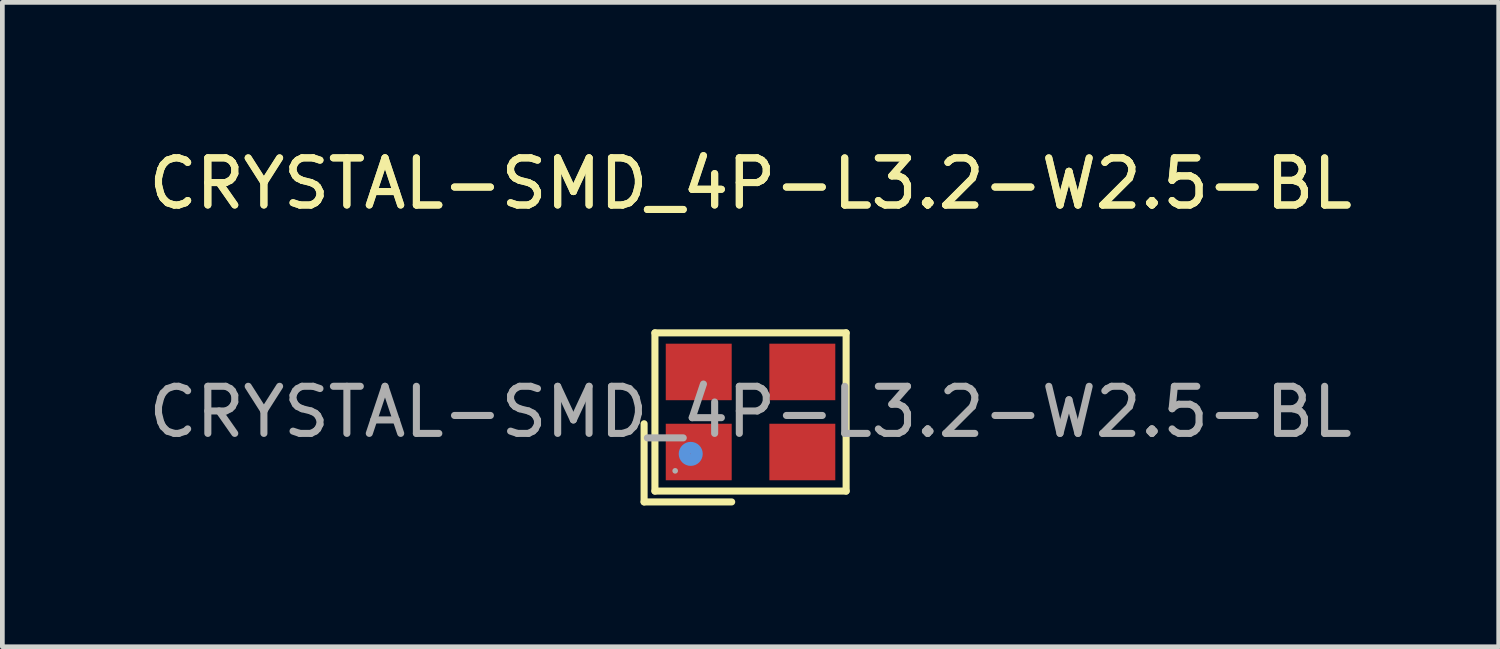
<source format=kicad_pcb>
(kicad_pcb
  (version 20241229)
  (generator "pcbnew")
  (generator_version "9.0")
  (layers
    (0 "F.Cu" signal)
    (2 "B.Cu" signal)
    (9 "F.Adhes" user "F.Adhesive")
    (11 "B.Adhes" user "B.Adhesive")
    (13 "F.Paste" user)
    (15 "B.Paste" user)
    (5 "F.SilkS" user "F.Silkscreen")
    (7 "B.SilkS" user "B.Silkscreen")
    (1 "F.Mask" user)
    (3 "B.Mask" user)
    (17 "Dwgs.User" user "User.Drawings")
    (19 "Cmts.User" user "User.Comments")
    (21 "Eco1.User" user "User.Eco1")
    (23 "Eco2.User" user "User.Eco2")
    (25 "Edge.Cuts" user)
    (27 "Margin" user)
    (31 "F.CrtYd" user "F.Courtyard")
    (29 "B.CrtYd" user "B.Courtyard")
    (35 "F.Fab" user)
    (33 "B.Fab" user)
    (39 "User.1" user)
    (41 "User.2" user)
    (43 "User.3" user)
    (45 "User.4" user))
  (footprint "CRYSTAL-SMD_4P-L3.2-W2.5-BL"
    (layer "F.Cu")
    (at 12.887 5.698)
    (property "Reference" "CRYSTAL-SMD_4P-L3.2-W2.5-BL" (at 0 -4.85 0) (layer "F.SilkS") (effects (font (size 1 1) (thickness 0.15))))
    (attr smd)
    (fp_line (start -2.26 0.25) (end -2.26 1.91) (stroke (width 0.15) (type solid)) (layer "F.SilkS"))
    (fp_line (start -2.26 1.91) (end -0.4 1.91) (stroke (width 0.15) (type solid)) (layer "F.SilkS"))
    (fp_line (start -2.03 -1.68) (end 2.03 -1.68) (stroke (width 0.15) (type solid)) (layer "F.SilkS"))
    (fp_line (start -2.03 1.68) (end -2.03 -1.68) (stroke (width 0.15) (type solid)) (layer "F.SilkS"))
    (fp_line (start 2.03 -1.68) (end 2.03 1.68) (stroke (width 0.15) (type solid)) (layer "F.SilkS"))
    (fp_line (start 2.03 1.68) (end -2.03 1.68) (stroke (width 0.15) (type solid)) (layer "F.SilkS"))
    (fp_circle (center -1.27 0.89) (end -1.14 0.89) (stroke (width 0.25) (type solid)) (fill no) (layer "Cmts.User"))
    (fp_circle (center -1.6 1.25) (end -1.57 1.25) (stroke (width 0.06) (type solid)) (fill no) (layer "F.Fab"))
    (fp_text user "${REFERENCE}" (at 0 -4.85 0) (layer "F.SilkS") (effects (font (size 1 1) (thickness 0.15))))
    (fp_text user "${REFERENCE}" (at 0 0 0) (layer "F.Fab") (effects (font (size 1 1) (thickness 0.15))))
    (pad "1" smd rect (at -1.1 0.85) (size 1.4 1.2) (layers "F.Cu" "F.Mask" "F.Paste"))
    (pad "2" smd rect (at 1.1 0.85) (size 1.4 1.2) (layers "F.Cu" "F.Mask" "F.Paste"))
    (pad "3" smd rect (at 1.1 -0.85) (size 1.4 1.2) (layers "F.Cu" "F.Mask" "F.Paste"))
    (pad "4" smd rect (at -1.1 -0.85) (size 1.4 1.2) (layers "F.Cu" "F.Mask" "F.Paste")))
  (gr_rect
    (start -3 -3)
    (end 28.774 10.683)
    (stroke (width 0.1) (type default))
    (fill no)
    (layer "Edge.Cuts")))
</source>
